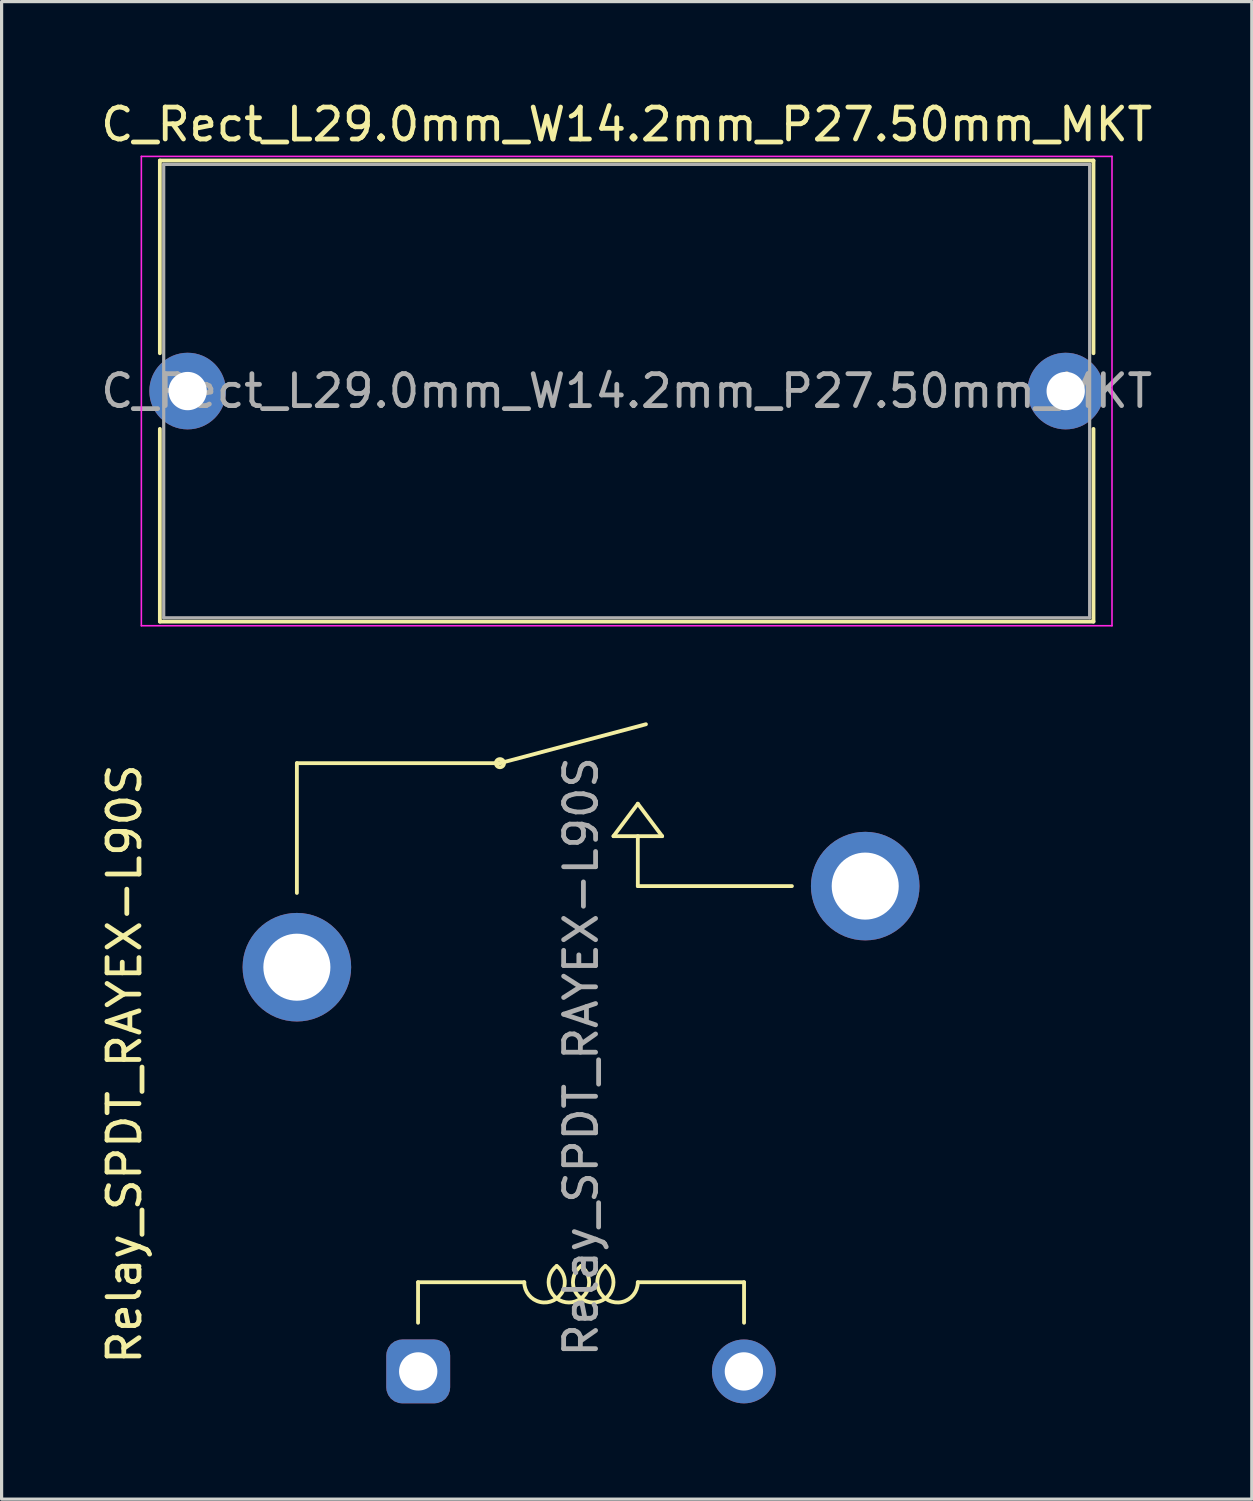
<source format=kicad_pcb>
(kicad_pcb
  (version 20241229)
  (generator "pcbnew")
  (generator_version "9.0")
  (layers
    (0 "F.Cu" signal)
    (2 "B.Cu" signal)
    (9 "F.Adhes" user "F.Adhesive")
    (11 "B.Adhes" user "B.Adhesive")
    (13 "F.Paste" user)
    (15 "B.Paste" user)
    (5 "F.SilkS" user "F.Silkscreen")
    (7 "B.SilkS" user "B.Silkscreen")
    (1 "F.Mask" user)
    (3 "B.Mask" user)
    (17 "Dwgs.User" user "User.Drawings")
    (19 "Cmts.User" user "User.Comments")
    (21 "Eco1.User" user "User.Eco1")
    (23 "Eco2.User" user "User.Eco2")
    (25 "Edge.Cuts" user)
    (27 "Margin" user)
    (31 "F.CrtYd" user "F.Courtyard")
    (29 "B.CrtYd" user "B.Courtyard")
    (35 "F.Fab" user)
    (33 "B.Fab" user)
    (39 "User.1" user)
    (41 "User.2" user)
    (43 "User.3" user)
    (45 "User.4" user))
  (footprint "Relay_SPDT_RAYEX-L90S"
    (layer "F.Cu")
    (at 17.148 34.242)
    (property "Reference" "Relay_SPDT_RAYEX-L90S" (at -16.3 -3.967 90) (layer "F.SilkS") (effects (font (size 1 1) (thickness 0.15))))
    (attr through_hole)
    (fp_line (start -10.9 -13.39) (end -10.9 -9.326) (stroke (width 0.12) (type solid)) (layer "F.SilkS"))
    (fp_line (start -7.105 4.136) (end -7.105 2.866) (stroke (width 0.12) (type solid)) (layer "F.SilkS"))
    (fp_line (start -4.54 -13.39) (end -10.9 -13.39) (stroke (width 0.12) (type solid)) (layer "F.SilkS"))
    (fp_line (start -4.54 -13.39) (end 0.032 -14.609) (stroke (width 0.12) (type solid)) (layer "F.SilkS"))
    (fp_line (start -3.778 2.866) (end -7.105 2.866) (stroke (width 0.12) (type solid)) (layer "F.SilkS"))
    (fp_line (start -0.984 -11.104) (end 0.54 -11.104) (stroke (width 0.12) (type solid)) (layer "F.SilkS"))
    (fp_line (start -0.222 -12.12) (end -0.984 -11.104) (stroke (width 0.12) (type solid)) (layer "F.SilkS"))
    (fp_line (start -0.222 -9.54) (end -0.222 -11.104) (stroke (width 0.12) (type solid)) (layer "F.SilkS"))
    (fp_line (start 0.54 -11.104) (end -0.222 -12.12) (stroke (width 0.12) (type solid)) (layer "F.SilkS"))
    (fp_line (start 3.105 2.866) (end -0.222 2.866) (stroke (width 0.12) (type solid)) (layer "F.SilkS"))
    (fp_line (start 3.105 2.866) (end 3.105 4.136) (stroke (width 0.12) (type solid)) (layer "F.SilkS"))
    (fp_line (start 4.604 -9.54) (end -0.222 -9.54) (stroke (width 0.12) (type solid)) (layer "F.SilkS"))
    (fp_arc (start -2.761733 2.3582) (mid -2.859168 3.434036) (end -3.778 2.866) (stroke (width 0.12) (type solid)) (layer "F.SilkS"))
    (fp_arc (start -2.000355 2.357735) (mid -2.38078 3.500998) (end -2.762001 2.358) (stroke (width 0.12) (type solid)) (layer "F.SilkS"))
    (fp_arc (start -1.238356 2.357734) (mid -1.618781 3.500997) (end -2.000002 2.357999) (stroke (width 0.12) (type solid)) (layer "F.SilkS"))
    (fp_arc (start -0.222003 2.865998) (mid -1.140834 3.434034) (end -1.23827 2.358198) (stroke (width 0.12) (type solid)) (layer "F.SilkS"))
    (fp_circle (center -4.54 -13.39) (end -4.413 -13.39) (stroke (width 0.12) (type solid)) (fill no) (layer "F.SilkS"))
    (fp_text user "${REFERENCE}" (at -2 -4.195 90) (layer "F.Fab") (effects (font (size 1 1) (thickness 0.15))))
    (pad "11" thru_hole circle (at -10.9 -7 270) (size 3.4 3.4) (drill 2.1) (layers "*.Cu" "*.Mask"))
    (pad "14" thru_hole circle (at 6.9 -9.54 270) (size 3.4 3.4) (drill 2.1) (layers "*.Cu" "*.Mask"))
    (pad "A1" thru_hole circle (at 3.1 5.66 270) (size 2 2) (drill 1.2) (layers "*.Cu" "*.Mask"))
    (pad "A2" thru_hole roundrect (at -7.1 5.66 270) (size 2 2) (drill 1.2) (layers "*.Cu" "*.Mask") (roundrect_rratio 0.25)))
  (footprint "C_Rect_L29.0mm_W14.2mm_P27.50mm_MKT"
    (layer "F.Cu")
    (at 2.827 9.198)
    (property "Reference" "C_Rect_L29.0mm_W14.2mm_P27.50mm_MKT" (at 13.75 -8.35 0) (layer "F.SilkS") (effects (font (size 1 1) (thickness 0.15))))
    (attr through_hole)
    (fp_line (start -0.87 -7.22) (end -0.87 -1.185) (stroke (width 0.12) (type solid)) (layer "F.SilkS"))
    (fp_line (start -0.87 -7.22) (end 28.37 -7.22) (stroke (width 0.12) (type solid)) (layer "F.SilkS"))
    (fp_line (start -0.87 1.185) (end -0.87 7.22) (stroke (width 0.12) (type solid)) (layer "F.SilkS"))
    (fp_line (start -0.87 7.22) (end 28.37 7.22) (stroke (width 0.12) (type solid)) (layer "F.SilkS"))
    (fp_line (start 28.37 -7.22) (end 28.37 -1.185) (stroke (width 0.12) (type solid)) (layer "F.SilkS"))
    (fp_line (start 28.37 1.185) (end 28.37 7.22) (stroke (width 0.12) (type solid)) (layer "F.SilkS"))
    (fp_line (start -1.45 -7.35) (end -1.45 7.35) (stroke (width 0.05) (type solid)) (layer "F.CrtYd"))
    (fp_line (start -1.45 7.35) (end 28.95 7.35) (stroke (width 0.05) (type solid)) (layer "F.CrtYd"))
    (fp_line (start 28.95 -7.35) (end -1.45 -7.35) (stroke (width 0.05) (type solid)) (layer "F.CrtYd"))
    (fp_line (start 28.95 7.35) (end 28.95 -7.35) (stroke (width 0.05) (type solid)) (layer "F.CrtYd"))
    (fp_line (start -0.75 -7.1) (end -0.75 7.1) (stroke (width 0.1) (type solid)) (layer "F.Fab"))
    (fp_line (start -0.75 7.1) (end 28.25 7.1) (stroke (width 0.1) (type solid)) (layer "F.Fab"))
    (fp_line (start 28.25 -7.1) (end -0.75 -7.1) (stroke (width 0.1) (type solid)) (layer "F.Fab"))
    (fp_line (start 28.25 7.1) (end 28.25 -7.1) (stroke (width 0.1) (type solid)) (layer "F.Fab"))
    (fp_text user "${REFERENCE}" (at 13.75 0 0) (layer "F.Fab") (effects (font (size 1 1) (thickness 0.15))))
    (pad "1" thru_hole circle (at 0 0) (size 2.4 2.4) (drill 1.2) (layers "*.Cu" "*.Mask"))
    (pad "2" thru_hole circle (at 27.5 0) (size 2.4 2.4) (drill 1.2) (layers "*.Cu" "*.Mask")))
  (gr_rect
    (start -3 -3)
    (end 36.155 43.902)
    (stroke (width 0.1) (type default))
    (fill no)
    (layer "Edge.Cuts")))
</source>
